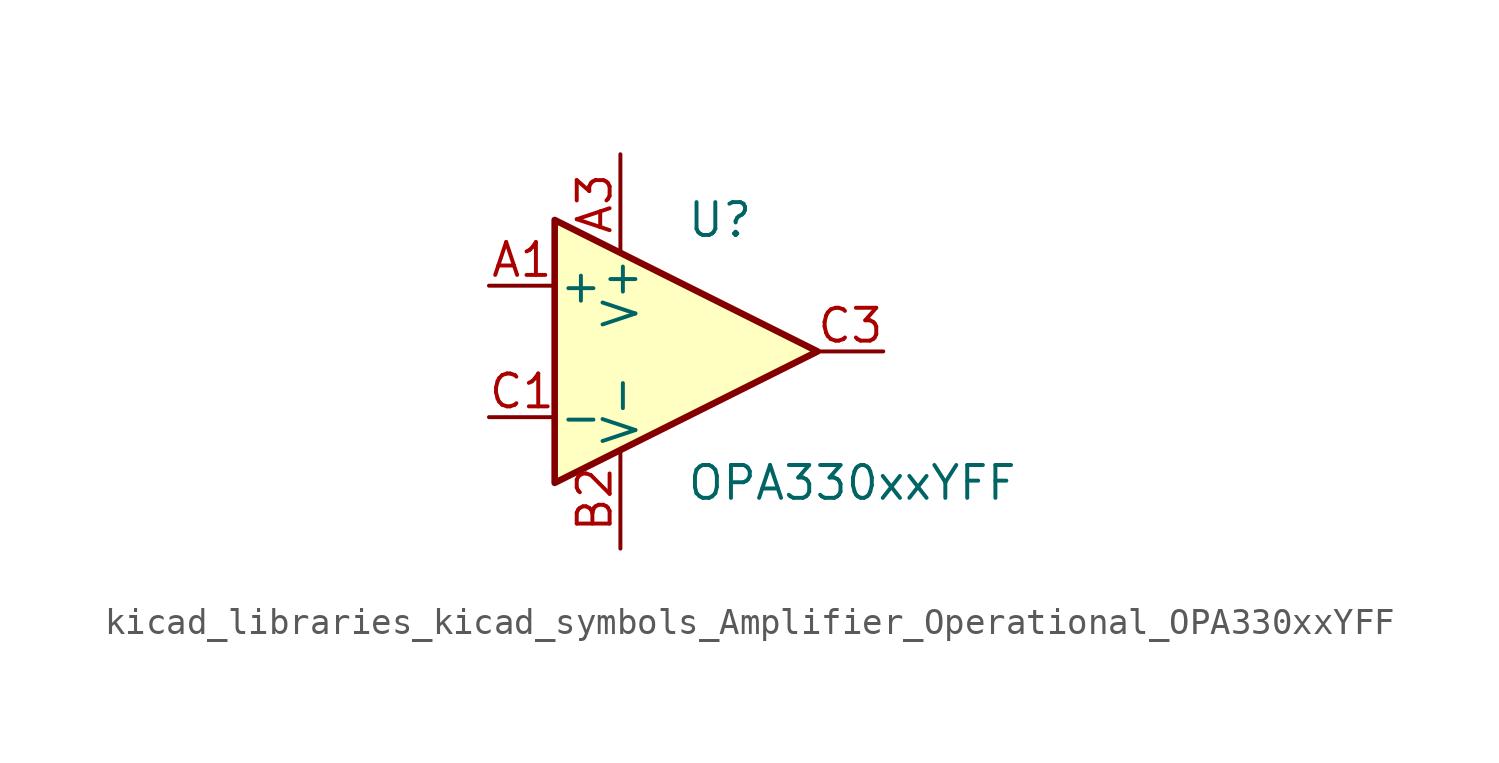
<source format=kicad_sym>
(kicad_symbol_lib
  (version 20220914)
  (generator kicad_symbol_editor)
  (symbol "kicad_libraries_kicad_symbols_Amplifier_Operational_OPA330xxYFF"
    (pin_names
      (offset 0.127))
    (property "Reference" "U"
      (at 0 5.08 0)
      (effects (font (size 1.27 1.27)) (justify left)))
    (property "Value" "OPA330xxYFF"
      (at 0 -5.08 0)
      (effects (font (size 1.27 1.27)) (justify left)))
    (symbol "kicad_libraries_kicad_symbols_Amplifier_Operational_OPA330xxYFF_0_1"
      (polyline (pts (xy -5.08 5.08) (xy 5.08 0) (xy -5.08 -5.08) (xy -5.08 5.08)) (stroke (width 0.254) (type default)) (fill (type background)))
      (pin power_in line (at -2.54 7.62 270) (length 3.81) (name "V+" (effects (font (size 1.27 1.27)))) (number "A3" (effects (font (size 1.27 1.27)))))
      (pin power_in line (at -2.54 -7.62 90) (length 3.81) (name "V-" (effects (font (size 1.27 1.27)))) (number "B2" (effects (font (size 1.27 1.27))))))
    (symbol "kicad_libraries_kicad_symbols_Amplifier_Operational_OPA330xxYFF_1_1"
      (pin input line (at -7.62 2.54 0) (length 2.54) (name "+" (effects (font (size 1.27 1.27)))) (number "A1" (effects (font (size 1.27 1.27)))))
      (pin input line (at -7.62 -2.54 0) (length 2.54) (name "-" (effects (font (size 1.27 1.27)))) (number "C1" (effects (font (size 1.27 1.27)))))
      (pin output line (at 7.62 0 180) (length 2.54) (name "~" (effects (font (size 1.27 1.27)))) (number "C3" (effects (font (size 1.27 1.27))))))))
</source>
